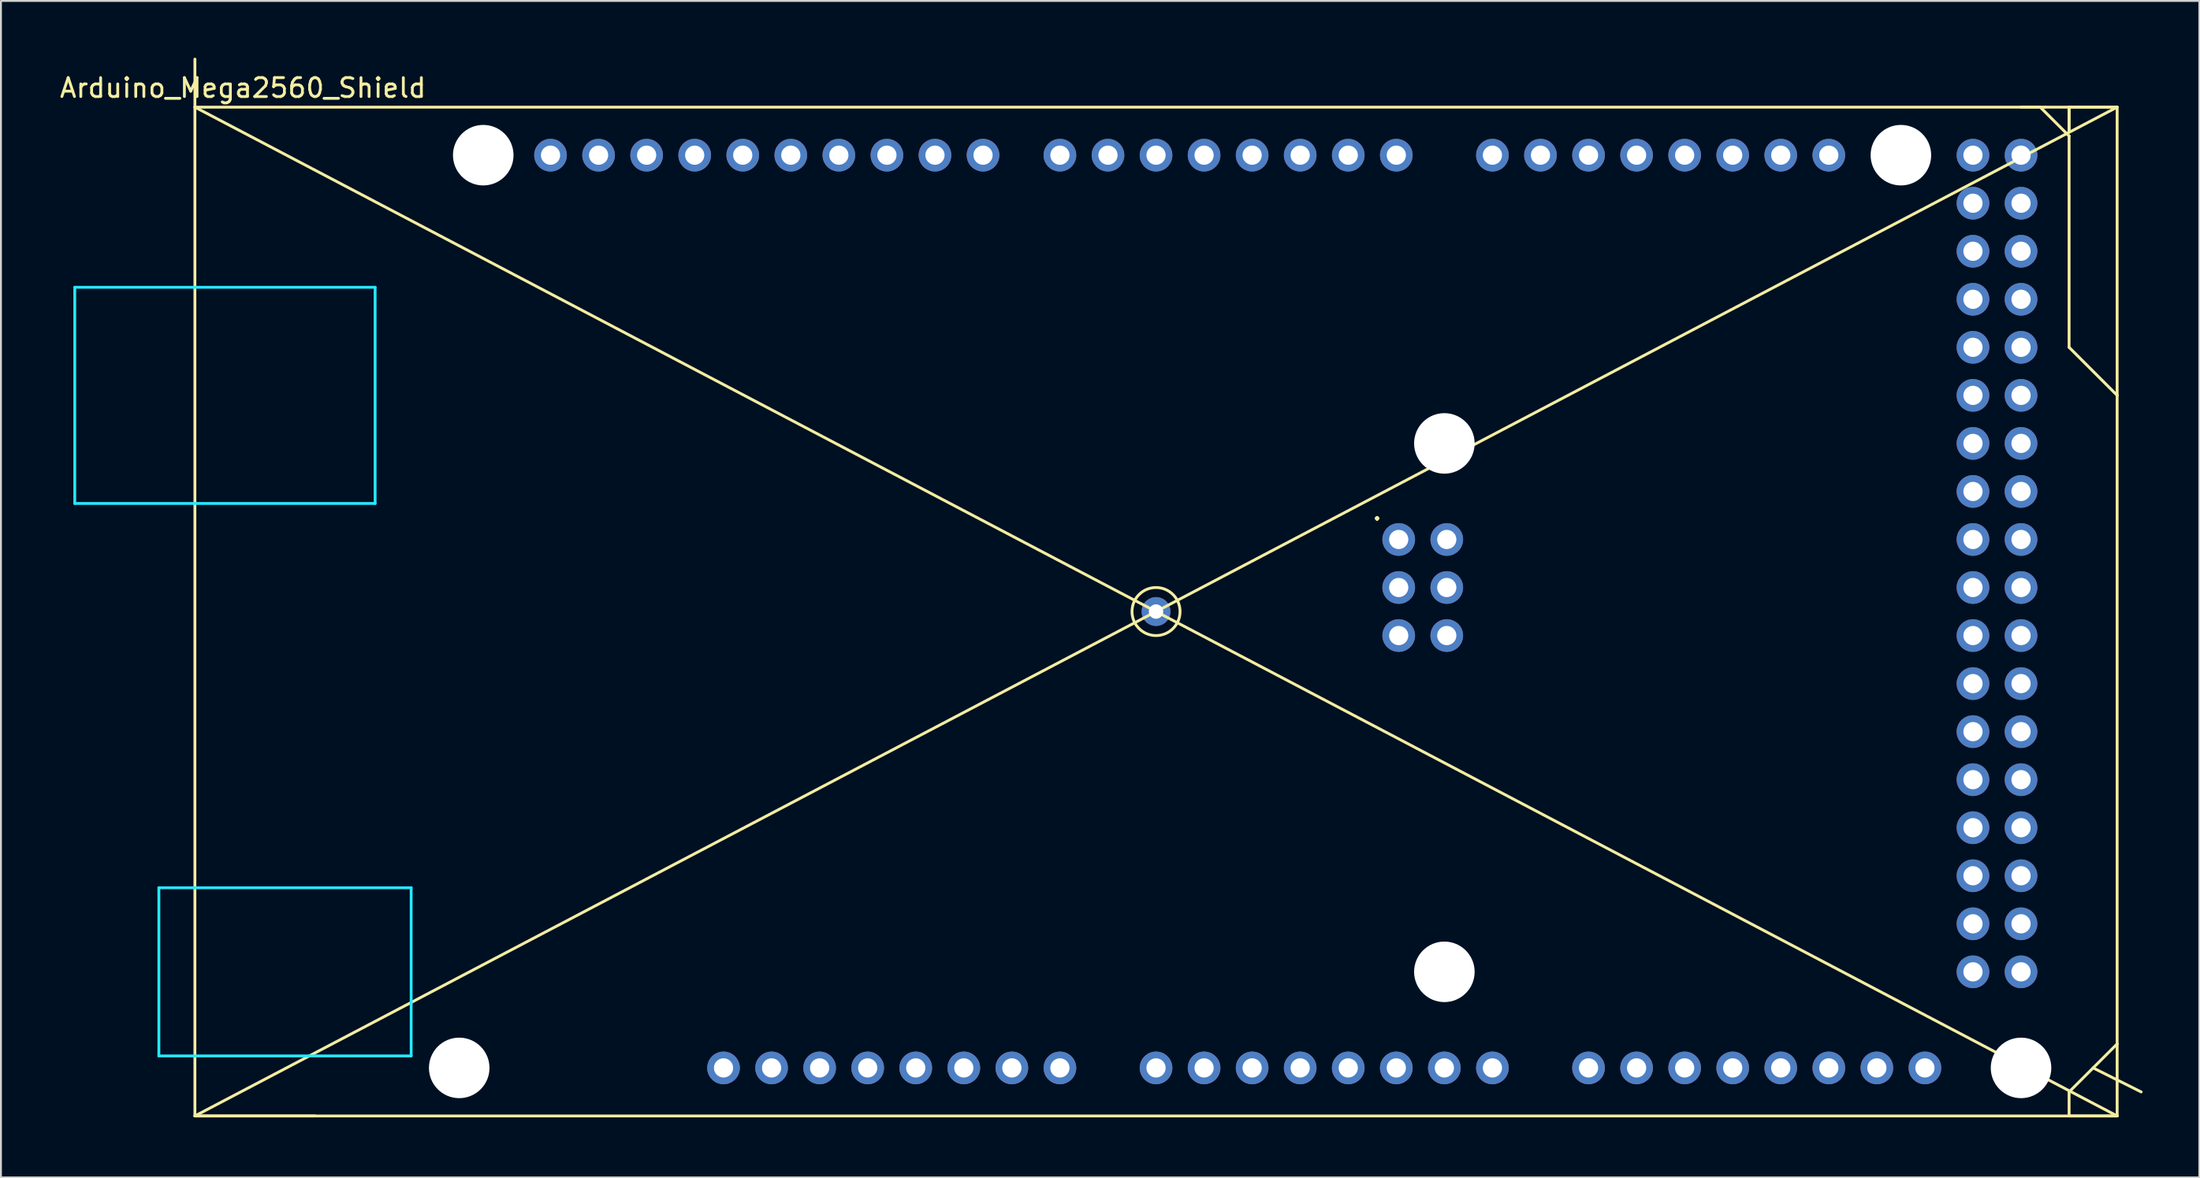
<source format=kicad_pcb>
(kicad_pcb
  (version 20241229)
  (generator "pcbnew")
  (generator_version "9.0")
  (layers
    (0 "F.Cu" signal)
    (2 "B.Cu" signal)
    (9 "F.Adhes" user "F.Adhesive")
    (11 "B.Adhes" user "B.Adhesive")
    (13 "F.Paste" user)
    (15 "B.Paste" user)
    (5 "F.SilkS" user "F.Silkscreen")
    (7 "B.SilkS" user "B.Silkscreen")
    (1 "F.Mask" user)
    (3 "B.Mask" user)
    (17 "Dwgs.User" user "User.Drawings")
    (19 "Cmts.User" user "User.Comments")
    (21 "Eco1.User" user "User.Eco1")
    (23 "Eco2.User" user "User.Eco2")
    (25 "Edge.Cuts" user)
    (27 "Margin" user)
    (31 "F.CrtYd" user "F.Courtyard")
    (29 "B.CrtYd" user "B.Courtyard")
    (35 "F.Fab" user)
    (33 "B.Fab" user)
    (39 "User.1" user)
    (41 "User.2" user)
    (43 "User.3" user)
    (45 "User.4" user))
  (footprint "Arduino_Mega2560_Shield"
    (layer "F.Cu")
    (at 7.252 55.955)
    (property "Reference" "Arduino_Mega2560_Shield" (at 2.54 -54.356 0) (layer "F.SilkS") (effects (font (size 1 1) (thickness 0.15))))
    (attr through_hole)
    (fp_line (start 0 -53.34) (end 0 -55.88) (stroke (width 0.15) (type solid)) (layer "F.SilkS"))
    (fp_line (start 0 -53.34) (end 0 0) (stroke (width 0.15) (type solid)) (layer "F.SilkS"))
    (fp_line (start 0 -53.34) (end 97.536 -53.34) (stroke (width 0.15) (type solid)) (layer "F.SilkS"))
    (fp_line (start 0 0) (end 6.35 0) (stroke (width 0.15) (type solid)) (layer "F.SilkS"))
    (fp_line (start 0 0) (end 99.06 0) (stroke (width 0.15) (type solid)) (layer "F.SilkS"))
    (fp_line (start 97.536 -53.34) (end 99.06 -51.816) (stroke (width 0.15) (type solid)) (layer "F.SilkS"))
    (fp_line (start 97.79 -53.34) (end 96.52 -53.34) (stroke (width 0.15) (type solid)) (layer "F.SilkS"))
    (fp_line (start 97.79 -53.34) (end 99.06 -53.34) (stroke (width 0.15) (type solid)) (layer "F.SilkS"))
    (fp_line (start 99.06 -53.34) (end 99.06 -52.07) (stroke (width 0.15) (type solid)) (layer "F.SilkS"))
    (fp_line (start 99.06 -53.34) (end 101.6 -53.34) (stroke (width 0.15) (type solid)) (layer "F.SilkS"))
    (fp_line (start 99.06 -52.07) (end 99.06 -53.34) (stroke (width 0.15) (type solid)) (layer "F.SilkS"))
    (fp_line (start 99.06 -40.64) (end 99.06 -51.816) (stroke (width 0.15) (type solid)) (layer "F.SilkS"))
    (fp_line (start 99.06 -1.27) (end 101.6 -3.81) (stroke (width 0.15) (type solid)) (layer "F.SilkS"))
    (fp_line (start 99.06 0) (end 99.06 -1.27) (stroke (width 0.15) (type solid)) (layer "F.SilkS"))
    (fp_line (start 99.06 0) (end 101.6 0) (stroke (width 0.15) (type solid)) (layer "F.SilkS"))
    (fp_line (start 100.33 -2.54) (end 102.87 -1.27) (stroke (width 0.15) (type solid)) (layer "F.SilkS"))
    (fp_line (start 101.6 -53.34) (end 0 0) (stroke (width 0.15) (type solid)) (layer "F.SilkS"))
    (fp_line (start 101.6 -53.34) (end 99.06 -53.34) (stroke (width 0.15) (type solid)) (layer "F.SilkS"))
    (fp_line (start 101.6 -38.1) (end 99.06 -40.64) (stroke (width 0.15) (type solid)) (layer "F.SilkS"))
    (fp_line (start 101.6 -38.1) (end 101.6 -53.34) (stroke (width 0.15) (type solid)) (layer "F.SilkS"))
    (fp_line (start 101.6 -3.81) (end 101.6 -38.1) (stroke (width 0.15) (type solid)) (layer "F.SilkS"))
    (fp_line (start 101.6 -3.81) (end 101.6 0) (stroke (width 0.15) (type solid)) (layer "F.SilkS"))
    (fp_line (start 101.6 0) (end 0 -53.34) (stroke (width 0.15) (type solid)) (layer "F.SilkS"))
    (fp_line (start 101.6 0) (end 99.06 0) (stroke (width 0.15) (type solid)) (layer "F.SilkS"))
    (fp_circle (center 50.8 -26.67) (end 50.8 -27.94) (stroke (width 0.15) (type solid)) (fill no) (layer "F.SilkS"))
    (fp_line (start -6.35 -43.815) (end -6.35 -32.385) (stroke (width 0.15) (type solid)) (layer "B.CrtYd"))
    (fp_line (start -1.905 -12.065) (end -1.905 -3.175) (stroke (width 0.15) (type solid)) (layer "B.CrtYd"))
    (fp_line (start -1.905 -12.065) (end 11.43 -12.065) (stroke (width 0.15) (type solid)) (layer "B.CrtYd"))
    (fp_line (start -1.905 -3.175) (end 11.43 -3.175) (stroke (width 0.15) (type solid)) (layer "B.CrtYd"))
    (fp_line (start 9.525 -43.815) (end -6.35 -43.815) (stroke (width 0.15) (type solid)) (layer "B.CrtYd"))
    (fp_line (start 9.525 -43.815) (end 9.525 -32.385) (stroke (width 0.15) (type solid)) (layer "B.CrtYd"))
    (fp_line (start 9.525 -32.385) (end -6.35 -32.385) (stroke (width 0.15) (type solid)) (layer "B.CrtYd"))
    (fp_line (start 11.43 -12.065) (end 11.43 -3.175) (stroke (width 0.15) (type solid)) (layer "B.CrtYd"))
    (fp_text user "." (at 62.484 -32.004 0) (layer "F.SilkS") (effects (font (size 1 1) (thickness 0.15))))
    (pad "" np_thru_hole circle (at 13.97 -2.54) (size 3.2 3.2) (drill 3.2) (layers "*.Cu" "*.Mask"))
    (pad "" np_thru_hole circle (at 15.24 -50.8) (size 3.2 3.2) (drill 3.2) (layers "*.Cu" "*.Mask"))
    (pad "" thru_hole oval (at 27.94 -2.54) (size 1.727 1.727) (drill 1.016) (layers "*.Cu" "*.Mask"))
    (pad "" np_thru_hole circle (at 66.04 -35.56) (size 3.2 3.2) (drill 3.2) (layers "*.Cu" "*.Mask"))
    (pad "" np_thru_hole circle (at 66.04 -7.62) (size 3.2 3.2) (drill 3.2) (layers "*.Cu" "*.Mask"))
    (pad "" np_thru_hole circle (at 90.17 -50.8) (size 3.2 3.2) (drill 3.2) (layers "*.Cu" "*.Mask"))
    (pad "" np_thru_hole circle (at 96.52 -2.54) (size 3.2 3.2) (drill 3.2) (layers "*.Cu" "*.Mask"))
    (pad "1" thru_hole circle (at 50.8 -26.67) (size 1.524 1.524) (drill 0.762) (layers "*.Cu" "*.Mask"))
    (pad "3V3" thru_hole oval (at 35.56 -2.54) (size 1.727 1.727) (drill 1.016) (layers "*.Cu" "*.Mask"))
    (pad "5V1" thru_hole oval (at 38.1 -2.54) (size 1.727 1.727) (drill 1.016) (layers "*.Cu" "*.Mask"))
    (pad "5V2" thru_hole oval (at 66.167 -30.48) (size 1.727 1.727) (drill 1.016) (layers "*.Cu" "*.Mask"))
    (pad "5V3" thru_hole oval (at 93.98 -50.8) (size 1.727 1.727) (drill 1.016) (layers "*.Cu" "*.Mask"))
    (pad "5V4" thru_hole oval (at 96.52 -50.8) (size 1.727 1.727) (drill 1.016) (layers "*.Cu" "*.Mask"))
    (pad "A0" thru_hole oval (at 50.8 -2.54) (size 1.727 1.727) (drill 1.016) (layers "*.Cu" "*.Mask"))
    (pad "A1" thru_hole oval (at 53.34 -2.54) (size 1.727 1.727) (drill 1.016) (layers "*.Cu" "*.Mask"))
    (pad "A2" thru_hole oval (at 55.88 -2.54) (size 1.727 1.727) (drill 1.016) (layers "*.Cu" "*.Mask"))
    (pad "A3" thru_hole oval (at 58.42 -2.54) (size 1.727 1.727) (drill 1.016) (layers "*.Cu" "*.Mask"))
    (pad "A4" thru_hole oval (at 60.96 -2.54) (size 1.727 1.727) (drill 1.016) (layers "*.Cu" "*.Mask"))
    (pad "A5" thru_hole oval (at 63.5 -2.54) (size 1.727 1.727) (drill 1.016) (layers "*.Cu" "*.Mask"))
    (pad "A6" thru_hole oval (at 66.04 -2.54) (size 1.727 1.727) (drill 1.016) (layers "*.Cu" "*.Mask"))
    (pad "A7" thru_hole oval (at 68.58 -2.54) (size 1.727 1.727) (drill 1.016) (layers "*.Cu" "*.Mask"))
    (pad "A8" thru_hole oval (at 73.66 -2.54) (size 1.727 1.727) (drill 1.016) (layers "*.Cu" "*.Mask"))
    (pad "A9" thru_hole oval (at 76.2 -2.54) (size 1.727 1.727) (drill 1.016) (layers "*.Cu" "*.Mask"))
    (pad "A10" thru_hole oval (at 78.74 -2.54) (size 1.727 1.727) (drill 1.016) (layers "*.Cu" "*.Mask"))
    (pad "A11" thru_hole oval (at 81.28 -2.54) (size 1.727 1.727) (drill 1.016) (layers "*.Cu" "*.Mask"))
    (pad "A12" thru_hole oval (at 83.82 -2.54) (size 1.727 1.727) (drill 1.016) (layers "*.Cu" "*.Mask"))
    (pad "A13" thru_hole oval (at 86.36 -2.54) (size 1.727 1.727) (drill 1.016) (layers "*.Cu" "*.Mask"))
    (pad "A14" thru_hole oval (at 88.9 -2.54) (size 1.727 1.727) (drill 1.016) (layers "*.Cu" "*.Mask"))
    (pad "A15" thru_hole oval (at 91.44 -2.54) (size 1.727 1.727) (drill 1.016) (layers "*.Cu" "*.Mask"))
    (pad "AREF" thru_hole oval (at 23.876 -50.8) (size 1.727 1.727) (drill 1.016) (layers "*.Cu" "*.Mask"))
    (pad "D0" thru_hole oval (at 63.5 -50.8) (size 1.727 1.727) (drill 1.016) (layers "*.Cu" "*.Mask"))
    (pad "D1" thru_hole oval (at 60.96 -50.8) (size 1.727 1.727) (drill 1.016) (layers "*.Cu" "*.Mask"))
    (pad "D2" thru_hole oval (at 58.42 -50.8) (size 1.727 1.727) (drill 1.016) (layers "*.Cu" "*.Mask"))
    (pad "D3" thru_hole oval (at 55.88 -50.8) (size 1.727 1.727) (drill 1.016) (layers "*.Cu" "*.Mask"))
    (pad "D4" thru_hole oval (at 53.34 -50.8) (size 1.727 1.727) (drill 1.016) (layers "*.Cu" "*.Mask"))
    (pad "D5" thru_hole oval (at 50.8 -50.8) (size 1.727 1.727) (drill 1.016) (layers "*.Cu" "*.Mask"))
    (pad "D6" thru_hole oval (at 48.26 -50.8) (size 1.727 1.727) (drill 1.016) (layers "*.Cu" "*.Mask"))
    (pad "D7" thru_hole oval (at 45.72 -50.8) (size 1.727 1.727) (drill 1.016) (layers "*.Cu" "*.Mask"))
    (pad "D8" thru_hole oval (at 41.656 -50.8) (size 1.727 1.727) (drill 1.016) (layers "*.Cu" "*.Mask"))
    (pad "D9" thru_hole oval (at 39.116 -50.8) (size 1.727 1.727) (drill 1.016) (layers "*.Cu" "*.Mask"))
    (pad "D10" thru_hole oval (at 36.576 -50.8) (size 1.727 1.727) (drill 1.016) (layers "*.Cu" "*.Mask"))
    (pad "D11" thru_hole oval (at 34.036 -50.8) (size 1.727 1.727) (drill 1.016) (layers "*.Cu" "*.Mask"))
    (pad "D12" thru_hole oval (at 31.496 -50.8) (size 1.727 1.727) (drill 1.016) (layers "*.Cu" "*.Mask"))
    (pad "D13" thru_hole oval (at 28.956 -50.8) (size 1.727 1.727) (drill 1.016) (layers "*.Cu" "*.Mask"))
    (pad "D14" thru_hole oval (at 68.58 -50.8) (size 1.727 1.727) (drill 1.016) (layers "*.Cu" "*.Mask"))
    (pad "D15" thru_hole oval (at 71.12 -50.8) (size 1.727 1.727) (drill 1.016) (layers "*.Cu" "*.Mask"))
    (pad "D16" thru_hole oval (at 73.66 -50.8) (size 1.727 1.727) (drill 1.016) (layers "*.Cu" "*.Mask"))
    (pad "D17" thru_hole oval (at 76.2 -50.8) (size 1.727 1.727) (drill 1.016) (layers "*.Cu" "*.Mask"))
    (pad "D18" thru_hole oval (at 78.74 -50.8) (size 1.727 1.727) (drill 1.016) (layers "*.Cu" "*.Mask"))
    (pad "D19" thru_hole oval (at 81.28 -50.8) (size 1.727 1.727) (drill 1.016) (layers "*.Cu" "*.Mask"))
    (pad "D20" thru_hole oval (at 83.82 -50.8) (size 1.727 1.727) (drill 1.016) (layers "*.Cu" "*.Mask"))
    (pad "D21" thru_hole oval (at 86.36 -50.8) (size 1.727 1.727) (drill 1.016) (layers "*.Cu" "*.Mask"))
    (pad "D22" thru_hole oval (at 93.98 -48.26) (size 1.727 1.727) (drill 1.016) (layers "*.Cu" "*.Mask"))
    (pad "D23" thru_hole oval (at 96.52 -48.26) (size 1.727 1.727) (drill 1.016) (layers "*.Cu" "*.Mask"))
    (pad "D24" thru_hole oval (at 93.98 -45.72) (size 1.727 1.727) (drill 1.016) (layers "*.Cu" "*.Mask"))
    (pad "D25" thru_hole oval (at 96.52 -45.72) (size 1.727 1.727) (drill 1.016) (layers "*.Cu" "*.Mask"))
    (pad "D26" thru_hole oval (at 93.98 -43.18) (size 1.727 1.727) (drill 1.016) (layers "*.Cu" "*.Mask"))
    (pad "D27" thru_hole oval (at 96.52 -43.18) (size 1.727 1.727) (drill 1.016) (layers "*.Cu" "*.Mask"))
    (pad "D28" thru_hole oval (at 93.98 -40.64) (size 1.727 1.727) (drill 1.016) (layers "*.Cu" "*.Mask"))
    (pad "D29" thru_hole oval (at 96.52 -40.64) (size 1.727 1.727) (drill 1.016) (layers "*.Cu" "*.Mask"))
    (pad "D30" thru_hole oval (at 93.98 -38.1) (size 1.727 1.727) (drill 1.016) (layers "*.Cu" "*.Mask"))
    (pad "D31" thru_hole oval (at 96.52 -38.1) (size 1.727 1.727) (drill 1.016) (layers "*.Cu" "*.Mask"))
    (pad "D32" thru_hole oval (at 93.98 -35.56) (size 1.727 1.727) (drill 1.016) (layers "*.Cu" "*.Mask"))
    (pad "D33" thru_hole oval (at 96.52 -35.56) (size 1.727 1.727) (drill 1.016) (layers "*.Cu" "*.Mask"))
    (pad "D34" thru_hole oval (at 93.98 -33.02) (size 1.727 1.727) (drill 1.016) (layers "*.Cu" "*.Mask"))
    (pad "D35" thru_hole oval (at 96.52 -33.02) (size 1.727 1.727) (drill 1.016) (layers "*.Cu" "*.Mask"))
    (pad "D36" thru_hole oval (at 93.98 -30.48) (size 1.727 1.727) (drill 1.016) (layers "*.Cu" "*.Mask"))
    (pad "D37" thru_hole oval (at 96.52 -30.48) (size 1.727 1.727) (drill 1.016) (layers "*.Cu" "*.Mask"))
    (pad "D38" thru_hole oval (at 93.98 -27.94) (size 1.727 1.727) (drill 1.016) (layers "*.Cu" "*.Mask"))
    (pad "D39" thru_hole oval (at 96.52 -27.94) (size 1.727 1.727) (drill 1.016) (layers "*.Cu" "*.Mask"))
    (pad "D40" thru_hole oval (at 93.98 -25.4) (size 1.727 1.727) (drill 1.016) (layers "*.Cu" "*.Mask"))
    (pad "D41" thru_hole oval (at 96.52 -25.4) (size 1.727 1.727) (drill 1.016) (layers "*.Cu" "*.Mask"))
    (pad "D42" thru_hole oval (at 93.98 -22.86) (size 1.727 1.727) (drill 1.016) (layers "*.Cu" "*.Mask"))
    (pad "D43" thru_hole oval (at 96.52 -22.86) (size 1.727 1.727) (drill 1.016) (layers "*.Cu" "*.Mask"))
    (pad "D44" thru_hole oval (at 93.98 -20.32) (size 1.727 1.727) (drill 1.016) (layers "*.Cu" "*.Mask"))
    (pad "D45" thru_hole oval (at 96.52 -20.32) (size 1.727 1.727) (drill 1.016) (layers "*.Cu" "*.Mask"))
    (pad "D46" thru_hole oval (at 93.98 -17.78) (size 1.727 1.727) (drill 1.016) (layers "*.Cu" "*.Mask"))
    (pad "D47" thru_hole oval (at 96.52 -17.78) (size 1.727 1.727) (drill 1.016) (layers "*.Cu" "*.Mask"))
    (pad "D48" thru_hole oval (at 93.98 -15.24) (size 1.727 1.727) (drill 1.016) (layers "*.Cu" "*.Mask"))
    (pad "D49" thru_hole oval (at 96.52 -15.24) (size 1.727 1.727) (drill 1.016) (layers "*.Cu" "*.Mask"))
    (pad "D50" thru_hole oval (at 93.98 -12.7) (size 1.727 1.727) (drill 1.016) (layers "*.Cu" "*.Mask"))
    (pad "D51" thru_hole oval (at 96.52 -12.7) (size 1.727 1.727) (drill 1.016) (layers "*.Cu" "*.Mask"))
    (pad "D52" thru_hole oval (at 93.98 -10.16) (size 1.727 1.727) (drill 1.016) (layers "*.Cu" "*.Mask"))
    (pad "D53" thru_hole oval (at 96.52 -10.16) (size 1.727 1.727) (drill 1.016) (layers "*.Cu" "*.Mask"))
    (pad "GND1" thru_hole oval (at 26.416 -50.8) (size 1.727 1.727) (drill 1.016) (layers "*.Cu" "*.Mask"))
    (pad "GND2" thru_hole oval (at 40.64 -2.54) (size 1.727 1.727) (drill 1.016) (layers "*.Cu" "*.Mask"))
    (pad "GND3" thru_hole oval (at 43.18 -2.54) (size 1.727 1.727) (drill 1.016) (layers "*.Cu" "*.Mask"))
    (pad "GND4" thru_hole oval (at 66.167 -25.4) (size 1.727 1.727) (drill 1.016) (layers "*.Cu" "*.Mask"))
    (pad "GND5" thru_hole oval (at 93.98 -7.62) (size 1.727 1.727) (drill 1.016) (layers "*.Cu" "*.Mask"))
    (pad "GND6" thru_hole oval (at 96.52 -7.62) (size 1.727 1.727) (drill 1.016) (layers "*.Cu" "*.Mask"))
    (pad "IORF" thru_hole oval (at 30.48 -2.54) (size 1.727 1.727) (drill 1.016) (layers "*.Cu" "*.Mask"))
    (pad "MISO" thru_hole oval (at 63.627 -30.48) (size 1.727 1.727) (drill 1.016) (layers "*.Cu" "*.Mask"))
    (pad "MOSI" thru_hole oval (at 66.167 -27.94) (size 1.727 1.727) (drill 1.016) (layers "*.Cu" "*.Mask"))
    (pad "RST1" thru_hole oval (at 33.02 -2.54) (size 1.727 1.727) (drill 1.016) (layers "*.Cu" "*.Mask"))
    (pad "RST2" thru_hole oval (at 63.627 -25.4) (size 1.727 1.727) (drill 1.016) (layers "*.Cu" "*.Mask"))
    (pad "SCK" thru_hole oval (at 63.627 -27.94) (size 1.727 1.727) (drill 1.016) (layers "*.Cu" "*.Mask"))
    (pad "SCL" thru_hole oval (at 18.796 -50.8) (size 1.727 1.727) (drill 1.016) (layers "*.Cu" "*.Mask"))
    (pad "SDA" thru_hole oval (at 21.336 -50.8) (size 1.727 1.727) (drill 1.016) (layers "*.Cu" "*.Mask"))
    (pad "VIN" thru_hole oval (at 45.72 -2.54) (size 1.727 1.727) (drill 1.016) (layers "*.Cu" "*.Mask")))
  (gr_rect
    (start -3 -3)
    (end 113.197 59.205)
    (stroke (width 0.1) (type default))
    (fill no)
    (layer "Edge.Cuts")))
</source>
